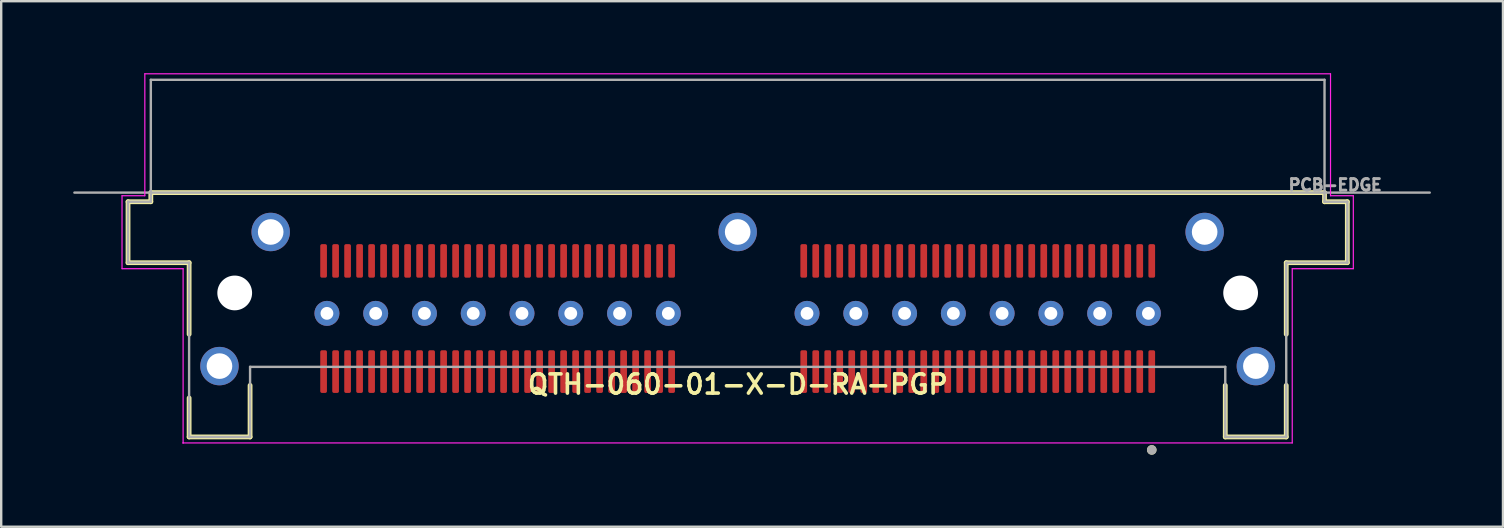
<source format=kicad_pcb>
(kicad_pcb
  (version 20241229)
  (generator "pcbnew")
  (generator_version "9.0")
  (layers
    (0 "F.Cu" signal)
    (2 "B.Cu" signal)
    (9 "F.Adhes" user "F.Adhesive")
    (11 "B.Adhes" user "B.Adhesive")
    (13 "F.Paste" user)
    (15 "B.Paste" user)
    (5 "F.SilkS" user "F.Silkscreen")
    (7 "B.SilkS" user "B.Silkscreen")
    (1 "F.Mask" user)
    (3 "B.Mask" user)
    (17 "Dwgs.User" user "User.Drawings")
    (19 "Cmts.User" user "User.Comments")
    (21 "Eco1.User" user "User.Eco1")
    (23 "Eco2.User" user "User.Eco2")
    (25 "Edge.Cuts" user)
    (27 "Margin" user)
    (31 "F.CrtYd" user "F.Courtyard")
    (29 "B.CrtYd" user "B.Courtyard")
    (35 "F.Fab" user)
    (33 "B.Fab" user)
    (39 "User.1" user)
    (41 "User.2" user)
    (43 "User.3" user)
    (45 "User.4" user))
  (footprint "QTH-060-01-X-D-RA-PGP"
    (layer "F.Cu")
    (at 27.684 9.155)
    (property "Reference" "QTH-060-01-X-D-RA-PGP" (at 0.01 3.81 0) (layer "F.SilkS") (effects (font (size 0.8 0.8) (thickness 0.15))))
    (attr smd)
    (fp_line (start -25.4 -3.8) (end -25.4 -1.26) (stroke (width 0.2) (type solid)) (layer "F.SilkS"))
    (fp_line (start -25.4 -1.26) (end -22.855 -1.26) (stroke (width 0.2) (type solid)) (layer "F.SilkS"))
    (fp_line (start -24.45 -4.18) (end -24.45 -3.8) (stroke (width 0.2) (type solid)) (layer "F.SilkS"))
    (fp_line (start -24.45 -3.8) (end -25.4 -3.8) (stroke (width 0.2) (type solid)) (layer "F.SilkS"))
    (fp_line (start -22.855 -1.26) (end -22.855 1.72) (stroke (width 0.2) (type solid)) (layer "F.SilkS"))
    (fp_line (start -22.855 6) (end -22.855 4.376) (stroke (width 0.2) (type solid)) (layer "F.SilkS"))
    (fp_line (start -22.855 6) (end -20.315 6) (stroke (width 0.2) (type solid)) (layer "F.SilkS"))
    (fp_line (start -20.315 6) (end -20.315 3.851) (stroke (width 0.2) (type solid)) (layer "F.SilkS"))
    (fp_line (start 20.315 6) (end 20.315 3.851) (stroke (width 0.2) (type solid)) (layer "F.SilkS"))
    (fp_line (start 20.315 6) (end 22.855 6) (stroke (width 0.2) (type solid)) (layer "F.SilkS"))
    (fp_line (start 22.855 -1.26) (end 25.4 -1.26) (stroke (width 0.2) (type solid)) (layer "F.SilkS"))
    (fp_line (start 22.855 1.72) (end 22.855 -1.26) (stroke (width 0.2) (type solid)) (layer "F.SilkS"))
    (fp_line (start 22.855 6) (end 22.855 3.851) (stroke (width 0.2) (type solid)) (layer "F.SilkS"))
    (fp_line (start 24.45 -4.18) (end -24.45 -4.18) (stroke (width 0.2) (type solid)) (layer "F.SilkS"))
    (fp_line (start 24.45 -3.8) (end 24.45 -4.18) (stroke (width 0.2) (type solid)) (layer "F.SilkS"))
    (fp_line (start 25.4 -3.8) (end 24.45 -3.8) (stroke (width 0.2) (type solid)) (layer "F.SilkS"))
    (fp_line (start 25.4 -1.26) (end 25.4 -3.8) (stroke (width 0.2) (type solid)) (layer "F.SilkS"))
    (fp_circle (center 17.252 6.54) (end 17.352 6.54) (stroke (width 0.2) (type solid)) (fill no) (layer "F.SilkS"))
    (fp_circle (center -21.59 3.048) (end -21.101 3.048) (stroke (width 0.978) (type solid)) (fill no) (layer "F.Paste"))
    (fp_circle (center -19.456 -2.54) (end -18.968 -2.54) (stroke (width 0.978) (type solid)) (fill no) (layer "F.Paste"))
    (fp_circle (center 0 -2.54) (end 0.489 -2.54) (stroke (width 0.978) (type solid)) (fill no) (layer "F.Paste"))
    (fp_circle (center 19.456 -2.54) (end 19.945 -2.54) (stroke (width 0.978) (type solid)) (fill no) (layer "F.Paste"))
    (fp_circle (center 21.59 3.048) (end 22.079 3.048) (stroke (width 0.978) (type solid)) (fill no) (layer "F.Paste"))
    (fp_poly (pts (xy -17.7 0.2) (xy -16.5 0.2) (xy -16.5 1.5) (xy -17.7 1.5)) (stroke (width 0.254) (type solid)) (fill yes) (layer "F.Paste"))
    (fp_poly (pts (xy -15.7 0.2) (xy -14.5 0.2) (xy -14.5 1.5) (xy -15.7 1.5)) (stroke (width 0.254) (type solid)) (fill yes) (layer "F.Paste"))
    (fp_poly (pts (xy -13.6 0.2) (xy -12.4 0.2) (xy -12.4 1.5) (xy -13.6 1.5)) (stroke (width 0.254) (type solid)) (fill yes) (layer "F.Paste"))
    (fp_poly (pts (xy -11.6 0.2) (xy -10.4 0.2) (xy -10.4 1.5) (xy -11.6 1.5)) (stroke (width 0.254) (type solid)) (fill yes) (layer "F.Paste"))
    (fp_poly (pts (xy -9.6 0.2) (xy -8.4 0.2) (xy -8.4 1.5) (xy -9.6 1.5)) (stroke (width 0.254) (type solid)) (fill yes) (layer "F.Paste"))
    (fp_poly (pts (xy -7.6 0.2) (xy -6.4 0.2) (xy -6.4 1.5) (xy -7.6 1.5)) (stroke (width 0.254) (type solid)) (fill yes) (layer "F.Paste"))
    (fp_poly (pts (xy -5.5 0.2) (xy -4.3 0.2) (xy -4.3 1.5) (xy -5.5 1.5)) (stroke (width 0.254) (type solid)) (fill yes) (layer "F.Paste"))
    (fp_poly (pts (xy -3.5 0.2) (xy -2.3 0.2) (xy -2.3 1.5) (xy -3.5 1.5)) (stroke (width 0.254) (type solid)) (fill yes) (layer "F.Paste"))
    (fp_poly (pts (xy 2.3 0.2) (xy 3.5 0.2) (xy 3.5 1.5) (xy 2.3 1.5)) (stroke (width 0.254) (type solid)) (fill yes) (layer "F.Paste"))
    (fp_poly (pts (xy 4.3 0.2) (xy 5.5 0.2) (xy 5.5 1.5) (xy 4.3 1.5)) (stroke (width 0.254) (type solid)) (fill yes) (layer "F.Paste"))
    (fp_poly (pts (xy 6.4 0.2) (xy 7.6 0.2) (xy 7.6 1.5) (xy 6.4 1.5)) (stroke (width 0.254) (type solid)) (fill yes) (layer "F.Paste"))
    (fp_poly (pts (xy 8.4 0.2) (xy 9.6 0.2) (xy 9.6 1.5) (xy 8.4 1.5)) (stroke (width 0.254) (type solid)) (fill yes) (layer "F.Paste"))
    (fp_poly (pts (xy 10.4 0.2) (xy 11.6 0.2) (xy 11.6 1.5) (xy 10.4 1.5)) (stroke (width 0.254) (type solid)) (fill yes) (layer "F.Paste"))
    (fp_poly (pts (xy 12.5 0.2) (xy 13.7 0.2) (xy 13.7 1.5) (xy 12.5 1.5)) (stroke (width 0.254) (type solid)) (fill yes) (layer "F.Paste"))
    (fp_poly (pts (xy 14.5 0.2) (xy 15.7 0.2) (xy 15.7 1.5) (xy 14.5 1.5)) (stroke (width 0.254) (type solid)) (fill yes) (layer "F.Paste"))
    (fp_poly (pts (xy 16.5 0.2) (xy 17.7 0.2) (xy 17.7 1.5) (xy 16.5 1.5)) (stroke (width 0.254) (type solid)) (fill yes) (layer "F.Paste"))
    (fp_line (start -25.65 -4.05) (end -25.65 -1.01) (stroke (width 0.05) (type solid)) (layer "F.CrtYd"))
    (fp_line (start -25.65 -1.01) (end -23.105 -1.01) (stroke (width 0.05) (type solid)) (layer "F.CrtYd"))
    (fp_line (start -24.7 -9.13) (end -24.7 -4.05) (stroke (width 0.05) (type solid)) (layer "F.CrtYd"))
    (fp_line (start -24.7 -4.05) (end -25.65 -4.05) (stroke (width 0.05) (type solid)) (layer "F.CrtYd"))
    (fp_line (start -23.105 -1.01) (end -23.105 6.25) (stroke (width 0.05) (type solid)) (layer "F.CrtYd"))
    (fp_line (start -23.105 6.25) (end -23.114 6.251) (stroke (width 0.05) (type solid)) (layer "F.CrtYd"))
    (fp_line (start -23.105 6.25) (end 23.105 6.25) (stroke (width 0.05) (type solid)) (layer "F.CrtYd"))
    (fp_line (start 23.105 -1.01) (end 25.65 -1.01) (stroke (width 0.05) (type solid)) (layer "F.CrtYd"))
    (fp_line (start 23.105 6.25) (end 23.105 -1.01) (stroke (width 0.05) (type solid)) (layer "F.CrtYd"))
    (fp_line (start 24.7 -9.13) (end -24.7 -9.13) (stroke (width 0.05) (type solid)) (layer "F.CrtYd"))
    (fp_line (start 24.7 -4.05) (end 24.7 -9.13) (stroke (width 0.05) (type solid)) (layer "F.CrtYd"))
    (fp_line (start 25.65 -4.05) (end 24.7 -4.05) (stroke (width 0.05) (type solid)) (layer "F.CrtYd"))
    (fp_line (start 25.65 -1.01) (end 25.65 -4.05) (stroke (width 0.05) (type solid)) (layer "F.CrtYd"))
    (fp_line (start -27.634 -4.18) (end 28.834 -4.18) (stroke (width 0.1) (type solid)) (layer "F.Fab"))
    (fp_line (start -25.4 -3.8) (end -25.4 -1.26) (stroke (width 0.1) (type solid)) (layer "F.Fab"))
    (fp_line (start -25.4 -1.26) (end -22.855 -1.26) (stroke (width 0.1) (type solid)) (layer "F.Fab"))
    (fp_line (start -24.45 -8.88) (end -24.45 -3.8) (stroke (width 0.1) (type solid)) (layer "F.Fab"))
    (fp_line (start -24.45 -3.8) (end -25.4 -3.8) (stroke (width 0.1) (type solid)) (layer "F.Fab"))
    (fp_line (start -22.855 -1.26) (end -22.855 6) (stroke (width 0.1) (type solid)) (layer "F.Fab"))
    (fp_line (start -22.855 6) (end -20.315 6) (stroke (width 0.1) (type solid)) (layer "F.Fab"))
    (fp_line (start -20.315 3.079) (end 20.315 3.079) (stroke (width 0.1) (type solid)) (layer "F.Fab"))
    (fp_line (start -20.315 6) (end -20.315 3.079) (stroke (width 0.1) (type solid)) (layer "F.Fab"))
    (fp_line (start 20.315 3.079) (end 20.315 6) (stroke (width 0.1) (type solid)) (layer "F.Fab"))
    (fp_line (start 20.315 6) (end 22.855 6) (stroke (width 0.1) (type solid)) (layer "F.Fab"))
    (fp_line (start 22.855 -1.26) (end 25.4 -1.26) (stroke (width 0.1) (type solid)) (layer "F.Fab"))
    (fp_line (start 22.855 6) (end 22.855 -1.26) (stroke (width 0.1) (type solid)) (layer "F.Fab"))
    (fp_line (start 24.45 -8.88) (end -24.45 -8.88) (stroke (width 0.1) (type solid)) (layer "F.Fab"))
    (fp_line (start 24.45 -3.8) (end 24.45 -8.88) (stroke (width 0.1) (type solid)) (layer "F.Fab"))
    (fp_line (start 25.4 -3.8) (end 24.45 -3.8) (stroke (width 0.1) (type solid)) (layer "F.Fab"))
    (fp_line (start 25.4 -1.26) (end 25.4 -3.8) (stroke (width 0.1) (type solid)) (layer "F.Fab"))
    (fp_circle (center 17.252 6.54) (end 17.352 6.54) (stroke (width 0.2) (type solid)) (fill no) (layer "F.Fab"))
    (fp_text user "PCB-EDGE" (at 24.895 -4.5 0) (layer "F.Fab") (effects (font (size 0.48 0.48) (thickness 0.15))))
    (pad "" np_thru_hole circle (at -20.955 0) (size 1.448 1.448) (drill 1.448) (layers "*.Cu" "*.Mask"))
    (pad "" np_thru_hole circle (at 20.955 0) (size 1.448 1.448) (drill 1.448) (layers "*.Cu" "*.Mask"))
    (pad "01" smd roundrect (at 17.252 3.277) (size 0.279 1.778) (layers "F.Cu" "F.Mask" "F.Paste") (roundrect_rratio 0.25))
    (pad "02" smd roundrect (at 17.252 -1.334) (size 0.279 1.397) (layers "F.Cu" "F.Mask" "F.Paste") (roundrect_rratio 0.25))
    (pad "03" smd roundrect (at 16.752 3.277) (size 0.279 1.778) (layers "F.Cu" "F.Mask" "F.Paste") (roundrect_rratio 0.25))
    (pad "04" smd roundrect (at 16.752 -1.334) (size 0.279 1.397) (layers "F.Cu" "F.Mask" "F.Paste") (roundrect_rratio 0.25))
    (pad "05" smd roundrect (at 16.252 3.277) (size 0.279 1.778) (layers "F.Cu" "F.Mask" "F.Paste") (roundrect_rratio 0.25))
    (pad "06" smd roundrect (at 16.252 -1.334) (size 0.279 1.397) (layers "F.Cu" "F.Mask" "F.Paste") (roundrect_rratio 0.25))
    (pad "07" smd roundrect (at 15.752 3.277) (size 0.279 1.778) (layers "F.Cu" "F.Mask" "F.Paste") (roundrect_rratio 0.25))
    (pad "08" smd roundrect (at 15.752 -1.334) (size 0.279 1.397) (layers "F.Cu" "F.Mask" "F.Paste") (roundrect_rratio 0.25))
    (pad "09" smd roundrect (at 15.252 3.277) (size 0.279 1.778) (layers "F.Cu" "F.Mask" "F.Paste") (roundrect_rratio 0.25))
    (pad "10" smd roundrect (at 15.252 -1.334) (size 0.279 1.397) (layers "F.Cu" "F.Mask" "F.Paste") (roundrect_rratio 0.25))
    (pad "11" smd roundrect (at 14.752 3.277) (size 0.279 1.778) (layers "F.Cu" "F.Mask" "F.Paste") (roundrect_rratio 0.25))
    (pad "12" smd roundrect (at 14.752 -1.334) (size 0.279 1.397) (layers "F.Cu" "F.Mask" "F.Paste") (roundrect_rratio 0.25))
    (pad "13" smd roundrect (at 14.252 3.277) (size 0.279 1.778) (layers "F.Cu" "F.Mask" "F.Paste") (roundrect_rratio 0.25))
    (pad "14" smd roundrect (at 14.252 -1.334) (size 0.279 1.397) (layers "F.Cu" "F.Mask" "F.Paste") (roundrect_rratio 0.25))
    (pad "15" smd roundrect (at 13.752 3.277) (size 0.279 1.778) (layers "F.Cu" "F.Mask" "F.Paste") (roundrect_rratio 0.25))
    (pad "16" smd roundrect (at 13.752 -1.334) (size 0.279 1.397) (layers "F.Cu" "F.Mask" "F.Paste") (roundrect_rratio 0.25))
    (pad "17" smd roundrect (at 13.252 3.277) (size 0.279 1.778) (layers "F.Cu" "F.Mask" "F.Paste") (roundrect_rratio 0.25))
    (pad "18" smd roundrect (at 13.252 -1.334) (size 0.279 1.397) (layers "F.Cu" "F.Mask" "F.Paste") (roundrect_rratio 0.25))
    (pad "19" smd roundrect (at 12.752 3.277) (size 0.279 1.778) (layers "F.Cu" "F.Mask" "F.Paste") (roundrect_rratio 0.25))
    (pad "20" smd roundrect (at 12.752 -1.334) (size 0.279 1.397) (layers "F.Cu" "F.Mask" "F.Paste") (roundrect_rratio 0.25))
    (pad "21" smd roundrect (at 12.252 3.277) (size 0.279 1.778) (layers "F.Cu" "F.Mask" "F.Paste") (roundrect_rratio 0.25))
    (pad "22" smd roundrect (at 12.252 -1.334) (size 0.279 1.397) (layers "F.Cu" "F.Mask" "F.Paste") (roundrect_rratio 0.25))
    (pad "23" smd roundrect (at 11.752 3.277) (size 0.279 1.778) (layers "F.Cu" "F.Mask" "F.Paste") (roundrect_rratio 0.25))
    (pad "24" smd roundrect (at 11.752 -1.334) (size 0.279 1.397) (layers "F.Cu" "F.Mask" "F.Paste") (roundrect_rratio 0.25))
    (pad "25" smd roundrect (at 11.252 3.277) (size 0.279 1.778) (layers "F.Cu" "F.Mask" "F.Paste") (roundrect_rratio 0.25))
    (pad "26" smd roundrect (at 11.252 -1.334) (size 0.279 1.397) (layers "F.Cu" "F.Mask" "F.Paste") (roundrect_rratio 0.25))
    (pad "27" smd roundrect (at 10.752 3.277) (size 0.279 1.778) (layers "F.Cu" "F.Mask" "F.Paste") (roundrect_rratio 0.25))
    (pad "28" smd roundrect (at 10.752 -1.334) (size 0.279 1.397) (layers "F.Cu" "F.Mask" "F.Paste") (roundrect_rratio 0.25))
    (pad "29" smd roundrect (at 10.252 3.277) (size 0.279 1.778) (layers "F.Cu" "F.Mask" "F.Paste") (roundrect_rratio 0.25))
    (pad "30" smd roundrect (at 10.252 -1.334) (size 0.279 1.397) (layers "F.Cu" "F.Mask" "F.Paste") (roundrect_rratio 0.25))
    (pad "31" smd roundrect (at 9.752 3.277) (size 0.279 1.778) (layers "F.Cu" "F.Mask" "F.Paste") (roundrect_rratio 0.25))
    (pad "32" smd roundrect (at 9.752 -1.334) (size 0.279 1.397) (layers "F.Cu" "F.Mask" "F.Paste") (roundrect_rratio 0.25))
    (pad "33" smd roundrect (at 9.252 3.277) (size 0.279 1.778) (layers "F.Cu" "F.Mask" "F.Paste") (roundrect_rratio 0.25))
    (pad "34" smd roundrect (at 9.252 -1.334) (size 0.279 1.397) (layers "F.Cu" "F.Mask" "F.Paste") (roundrect_rratio 0.25))
    (pad "35" smd roundrect (at 8.752 3.277) (size 0.279 1.778) (layers "F.Cu" "F.Mask" "F.Paste") (roundrect_rratio 0.25))
    (pad "36" smd roundrect (at 8.752 -1.334) (size 0.279 1.397) (layers "F.Cu" "F.Mask" "F.Paste") (roundrect_rratio 0.25))
    (pad "37" smd roundrect (at 8.252 3.277) (size 0.279 1.778) (layers "F.Cu" "F.Mask" "F.Paste") (roundrect_rratio 0.25))
    (pad "38" smd roundrect (at 8.252 -1.334) (size 0.279 1.397) (layers "F.Cu" "F.Mask" "F.Paste") (roundrect_rratio 0.25))
    (pad "39" smd roundrect (at 7.752 3.277) (size 0.279 1.778) (layers "F.Cu" "F.Mask" "F.Paste") (roundrect_rratio 0.25))
    (pad "40" smd roundrect (at 7.752 -1.334) (size 0.279 1.397) (layers "F.Cu" "F.Mask" "F.Paste") (roundrect_rratio 0.25))
    (pad "41" smd roundrect (at 7.252 3.277) (size 0.279 1.778) (layers "F.Cu" "F.Mask" "F.Paste") (roundrect_rratio 0.25))
    (pad "42" smd roundrect (at 7.252 -1.334) (size 0.279 1.397) (layers "F.Cu" "F.Mask" "F.Paste") (roundrect_rratio 0.25))
    (pad "43" smd roundrect (at 6.752 3.277) (size 0.279 1.778) (layers "F.Cu" "F.Mask" "F.Paste") (roundrect_rratio 0.25))
    (pad "44" smd roundrect (at 6.752 -1.334) (size 0.279 1.397) (layers "F.Cu" "F.Mask" "F.Paste") (roundrect_rratio 0.25))
    (pad "45" smd roundrect (at 6.252 3.277) (size 0.279 1.778) (layers "F.Cu" "F.Mask" "F.Paste") (roundrect_rratio 0.25))
    (pad "46" smd roundrect (at 6.252 -1.334) (size 0.279 1.397) (layers "F.Cu" "F.Mask" "F.Paste") (roundrect_rratio 0.25))
    (pad "47" smd roundrect (at 5.752 3.277) (size 0.279 1.778) (layers "F.Cu" "F.Mask" "F.Paste") (roundrect_rratio 0.25))
    (pad "48" smd roundrect (at 5.752 -1.334) (size 0.279 1.397) (layers "F.Cu" "F.Mask" "F.Paste") (roundrect_rratio 0.25))
    (pad "49" smd roundrect (at 5.252 3.277) (size 0.279 1.778) (layers "F.Cu" "F.Mask" "F.Paste") (roundrect_rratio 0.25))
    (pad "50" smd roundrect (at 5.252 -1.334) (size 0.279 1.397) (layers "F.Cu" "F.Mask" "F.Paste") (roundrect_rratio 0.25))
    (pad "51" smd roundrect (at 4.752 3.277) (size 0.279 1.778) (layers "F.Cu" "F.Mask" "F.Paste") (roundrect_rratio 0.25))
    (pad "52" smd roundrect (at 4.752 -1.334) (size 0.279 1.397) (layers "F.Cu" "F.Mask" "F.Paste") (roundrect_rratio 0.25))
    (pad "53" smd roundrect (at 4.252 3.277) (size 0.279 1.778) (layers "F.Cu" "F.Mask" "F.Paste") (roundrect_rratio 0.25))
    (pad "54" smd roundrect (at 4.252 -1.334) (size 0.279 1.397) (layers "F.Cu" "F.Mask" "F.Paste") (roundrect_rratio 0.25))
    (pad "55" smd roundrect (at 3.752 3.277) (size 0.279 1.778) (layers "F.Cu" "F.Mask" "F.Paste") (roundrect_rratio 0.25))
    (pad "56" smd roundrect (at 3.752 -1.334) (size 0.279 1.397) (layers "F.Cu" "F.Mask" "F.Paste") (roundrect_rratio 0.25))
    (pad "57" smd roundrect (at 3.252 3.277) (size 0.279 1.778) (layers "F.Cu" "F.Mask" "F.Paste") (roundrect_rratio 0.25))
    (pad "58" smd roundrect (at 3.252 -1.334) (size 0.279 1.397) (layers "F.Cu" "F.Mask" "F.Paste") (roundrect_rratio 0.25))
    (pad "59" smd roundrect (at 2.752 3.277) (size 0.279 1.778) (layers "F.Cu" "F.Mask" "F.Paste") (roundrect_rratio 0.25))
    (pad "60" smd roundrect (at 2.752 -1.334) (size 0.279 1.397) (layers "F.Cu" "F.Mask" "F.Paste") (roundrect_rratio 0.25))
    (pad "61" smd roundrect (at -2.752 3.277) (size 0.279 1.778) (layers "F.Cu" "F.Mask" "F.Paste") (roundrect_rratio 0.25))
    (pad "62" smd roundrect (at -2.752 -1.334) (size 0.279 1.397) (layers "F.Cu" "F.Mask" "F.Paste") (roundrect_rratio 0.25))
    (pad "63" smd roundrect (at -3.252 3.277) (size 0.279 1.778) (layers "F.Cu" "F.Mask" "F.Paste") (roundrect_rratio 0.25))
    (pad "64" smd roundrect (at -3.252 -1.334) (size 0.279 1.397) (layers "F.Cu" "F.Mask" "F.Paste") (roundrect_rratio 0.25))
    (pad "65" smd roundrect (at -3.752 3.277) (size 0.279 1.778) (layers "F.Cu" "F.Mask" "F.Paste") (roundrect_rratio 0.25))
    (pad "66" smd roundrect (at -3.752 -1.334) (size 0.279 1.397) (layers "F.Cu" "F.Mask" "F.Paste") (roundrect_rratio 0.25))
    (pad "67" smd roundrect (at -4.252 3.277) (size 0.279 1.778) (layers "F.Cu" "F.Mask" "F.Paste") (roundrect_rratio 0.25))
    (pad "68" smd roundrect (at -4.252 -1.334) (size 0.279 1.397) (layers "F.Cu" "F.Mask" "F.Paste") (roundrect_rratio 0.25))
    (pad "69" smd roundrect (at -4.752 3.277) (size 0.279 1.778) (layers "F.Cu" "F.Mask" "F.Paste") (roundrect_rratio 0.25))
    (pad "70" smd roundrect (at -4.752 -1.334) (size 0.279 1.397) (layers "F.Cu" "F.Mask" "F.Paste") (roundrect_rratio 0.25))
    (pad "71" smd roundrect (at -5.252 3.277) (size 0.279 1.778) (layers "F.Cu" "F.Mask" "F.Paste") (roundrect_rratio 0.25))
    (pad "72" smd roundrect (at -5.252 -1.334) (size 0.279 1.397) (layers "F.Cu" "F.Mask" "F.Paste") (roundrect_rratio 0.25))
    (pad "73" smd roundrect (at -5.752 3.277) (size 0.279 1.778) (layers "F.Cu" "F.Mask" "F.Paste") (roundrect_rratio 0.25))
    (pad "74" smd roundrect (at -5.752 -1.334) (size 0.279 1.397) (layers "F.Cu" "F.Mask" "F.Paste") (roundrect_rratio 0.25))
    (pad "75" smd roundrect (at -6.252 3.277) (size 0.279 1.778) (layers "F.Cu" "F.Mask" "F.Paste") (roundrect_rratio 0.25))
    (pad "76" smd roundrect (at -6.252 -1.334) (size 0.279 1.397) (layers "F.Cu" "F.Mask" "F.Paste") (roundrect_rratio 0.25))
    (pad "77" smd roundrect (at -6.752 3.277) (size 0.279 1.778) (layers "F.Cu" "F.Mask" "F.Paste") (roundrect_rratio 0.25))
    (pad "78" smd roundrect (at -6.752 -1.334) (size 0.279 1.397) (layers "F.Cu" "F.Mask" "F.Paste") (roundrect_rratio 0.25))
    (pad "79" smd roundrect (at -7.252 3.277) (size 0.279 1.778) (layers "F.Cu" "F.Mask" "F.Paste") (roundrect_rratio 0.25))
    (pad "80" smd roundrect (at -7.252 -1.334) (size 0.279 1.397) (layers "F.Cu" "F.Mask" "F.Paste") (roundrect_rratio 0.25))
    (pad "81" smd roundrect (at -7.752 3.277) (size 0.279 1.778) (layers "F.Cu" "F.Mask" "F.Paste") (roundrect_rratio 0.25))
    (pad "82" smd roundrect (at -7.752 -1.334) (size 0.279 1.397) (layers "F.Cu" "F.Mask" "F.Paste") (roundrect_rratio 0.25))
    (pad "83" smd roundrect (at -8.252 3.277) (size 0.279 1.778) (layers "F.Cu" "F.Mask" "F.Paste") (roundrect_rratio 0.25))
    (pad "84" smd roundrect (at -8.252 -1.334) (size 0.279 1.397) (layers "F.Cu" "F.Mask" "F.Paste") (roundrect_rratio 0.25))
    (pad "85" smd roundrect (at -8.752 3.277) (size 0.279 1.778) (layers "F.Cu" "F.Mask" "F.Paste") (roundrect_rratio 0.25))
    (pad "86" smd roundrect (at -8.752 -1.334) (size 0.279 1.397) (layers "F.Cu" "F.Mask" "F.Paste") (roundrect_rratio 0.25))
    (pad "87" smd roundrect (at -9.252 3.277) (size 0.279 1.778) (layers "F.Cu" "F.Mask" "F.Paste") (roundrect_rratio 0.25))
    (pad "88" smd roundrect (at -9.252 -1.334) (size 0.279 1.397) (layers "F.Cu" "F.Mask" "F.Paste") (roundrect_rratio 0.25))
    (pad "89" smd roundrect (at -9.752 3.277) (size 0.279 1.778) (layers "F.Cu" "F.Mask" "F.Paste") (roundrect_rratio 0.25))
    (pad "90" smd roundrect (at -9.752 -1.334) (size 0.279 1.397) (layers "F.Cu" "F.Mask" "F.Paste") (roundrect_rratio 0.25))
    (pad "91" smd roundrect (at -10.252 3.277) (size 0.279 1.778) (layers "F.Cu" "F.Mask" "F.Paste") (roundrect_rratio 0.25))
    (pad "92" smd roundrect (at -10.252 -1.334) (size 0.279 1.397) (layers "F.Cu" "F.Mask" "F.Paste") (roundrect_rratio 0.25))
    (pad "93" smd roundrect (at -10.752 3.277) (size 0.279 1.778) (layers "F.Cu" "F.Mask" "F.Paste") (roundrect_rratio 0.25))
    (pad "94" smd roundrect (at -10.752 -1.334) (size 0.279 1.397) (layers "F.Cu" "F.Mask" "F.Paste") (roundrect_rratio 0.25))
    (pad "95" smd roundrect (at -11.252 3.277) (size 0.279 1.778) (layers "F.Cu" "F.Mask" "F.Paste") (roundrect_rratio 0.25))
    (pad "96" smd roundrect (at -11.252 -1.334) (size 0.279 1.397) (layers "F.Cu" "F.Mask" "F.Paste") (roundrect_rratio 0.25))
    (pad "97" smd roundrect (at -11.752 3.277) (size 0.279 1.778) (layers "F.Cu" "F.Mask" "F.Paste") (roundrect_rratio 0.25))
    (pad "98" smd roundrect (at -11.752 -1.334) (size 0.279 1.397) (layers "F.Cu" "F.Mask" "F.Paste") (roundrect_rratio 0.25))
    (pad "99" smd roundrect (at -12.252 3.277) (size 0.279 1.778) (layers "F.Cu" "F.Mask" "F.Paste") (roundrect_rratio 0.25))
    (pad "100" smd roundrect (at -12.252 -1.334) (size 0.279 1.397) (layers "F.Cu" "F.Mask" "F.Paste") (roundrect_rratio 0.25))
    (pad "101" smd roundrect (at -12.752 3.277) (size 0.279 1.778) (layers "F.Cu" "F.Mask" "F.Paste") (roundrect_rratio 0.25))
    (pad "102" smd roundrect (at -12.752 -1.334) (size 0.279 1.397) (layers "F.Cu" "F.Mask" "F.Paste") (roundrect_rratio 0.25))
    (pad "103" smd roundrect (at -13.252 3.277) (size 0.279 1.778) (layers "F.Cu" "F.Mask" "F.Paste") (roundrect_rratio 0.25))
    (pad "104" smd roundrect (at -13.252 -1.334) (size 0.279 1.397) (layers "F.Cu" "F.Mask" "F.Paste") (roundrect_rratio 0.25))
    (pad "105" smd roundrect (at -13.752 3.277) (size 0.279 1.778) (layers "F.Cu" "F.Mask" "F.Paste") (roundrect_rratio 0.25))
    (pad "106" smd roundrect (at -13.752 -1.334) (size 0.279 1.397) (layers "F.Cu" "F.Mask" "F.Paste") (roundrect_rratio 0.25))
    (pad "107" smd roundrect (at -14.252 3.277) (size 0.279 1.778) (layers "F.Cu" "F.Mask" "F.Paste") (roundrect_rratio 0.25))
    (pad "108" smd roundrect (at -14.252 -1.334) (size 0.279 1.397) (layers "F.Cu" "F.Mask" "F.Paste") (roundrect_rratio 0.25))
    (pad "109" smd roundrect (at -14.752 3.277) (size 0.279 1.778) (layers "F.Cu" "F.Mask" "F.Paste") (roundrect_rratio 0.25))
    (pad "110" smd roundrect (at -14.752 -1.334) (size 0.279 1.397) (layers "F.Cu" "F.Mask" "F.Paste") (roundrect_rratio 0.25))
    (pad "111" smd roundrect (at -15.252 3.277) (size 0.279 1.778) (layers "F.Cu" "F.Mask" "F.Paste") (roundrect_rratio 0.25))
    (pad "112" smd roundrect (at -15.252 -1.334) (size 0.279 1.397) (layers "F.Cu" "F.Mask" "F.Paste") (roundrect_rratio 0.25))
    (pad "113" smd roundrect (at -15.752 3.277) (size 0.279 1.778) (layers "F.Cu" "F.Mask" "F.Paste") (roundrect_rratio 0.25))
    (pad "114" smd roundrect (at -15.752 -1.334) (size 0.279 1.397) (layers "F.Cu" "F.Mask" "F.Paste") (roundrect_rratio 0.25))
    (pad "115" smd roundrect (at -16.252 3.277) (size 0.279 1.778) (layers "F.Cu" "F.Mask" "F.Paste") (roundrect_rratio 0.25))
    (pad "116" smd roundrect (at -16.252 -1.334) (size 0.279 1.397) (layers "F.Cu" "F.Mask" "F.Paste") (roundrect_rratio 0.25))
    (pad "117" smd roundrect (at -16.752 3.277) (size 0.279 1.778) (layers "F.Cu" "F.Mask" "F.Paste") (roundrect_rratio 0.25))
    (pad "118" smd roundrect (at -16.752 -1.334) (size 0.279 1.397) (layers "F.Cu" "F.Mask" "F.Paste") (roundrect_rratio 0.25))
    (pad "119" smd roundrect (at -17.252 3.277) (size 0.279 1.778) (layers "F.Cu" "F.Mask" "F.Paste") (roundrect_rratio 0.25))
    (pad "120" smd roundrect (at -17.252 -1.334) (size 0.279 1.397) (layers "F.Cu" "F.Mask" "F.Paste") (roundrect_rratio 0.25))
    (pad "GND" thru_hole circle (at -21.59 3.048) (size 1.601 1.601) (drill 1.067) (layers "*.Cu" "*.Mask"))
    (pad "GND" thru_hole circle (at -19.456 -2.54) (size 1.601 1.601) (drill 1.067) (layers "*.Cu" "*.Mask"))
    (pad "GND" thru_hole circle (at -17.113 0.851) (size 1.041 1.041) (drill 0.533) (layers "*.Cu" "*.Mask"))
    (pad "GND" thru_hole circle (at -15.082 0.851) (size 1.041 1.041) (drill 0.533) (layers "*.Cu" "*.Mask"))
    (pad "GND" thru_hole circle (at -13.05 0.851) (size 1.041 1.041) (drill 0.533) (layers "*.Cu" "*.Mask"))
    (pad "GND" thru_hole circle (at -11.018 0.851) (size 1.041 1.041) (drill 0.533) (layers "*.Cu" "*.Mask"))
    (pad "GND" thru_hole circle (at -8.986 0.851) (size 1.041 1.041) (drill 0.533) (layers "*.Cu" "*.Mask"))
    (pad "GND" thru_hole circle (at -6.954 0.851) (size 1.041 1.041) (drill 0.533) (layers "*.Cu" "*.Mask"))
    (pad "GND" thru_hole circle (at -4.921 0.851) (size 1.041 1.041) (drill 0.533) (layers "*.Cu" "*.Mask"))
    (pad "GND" thru_hole circle (at -2.889 0.851) (size 1.041 1.041) (drill 0.533) (layers "*.Cu" "*.Mask"))
    (pad "GND" thru_hole circle (at 0 -2.54) (size 1.601 1.601) (drill 1.067) (layers "*.Cu" "*.Mask"))
    (pad "GND" thru_hole circle (at 2.889 0.851) (size 1.041 1.041) (drill 0.533) (layers "*.Cu" "*.Mask"))
    (pad "GND" thru_hole circle (at 4.921 0.851) (size 1.041 1.041) (drill 0.533) (layers "*.Cu" "*.Mask"))
    (pad "GND" thru_hole circle (at 6.954 0.851) (size 1.041 1.041) (drill 0.533) (layers "*.Cu" "*.Mask"))
    (pad "GND" thru_hole circle (at 8.986 0.851) (size 1.041 1.041) (drill 0.533) (layers "*.Cu" "*.Mask"))
    (pad "GND" thru_hole circle (at 11.018 0.851) (size 1.041 1.041) (drill 0.533) (layers "*.Cu" "*.Mask"))
    (pad "GND" thru_hole circle (at 13.05 0.851) (size 1.041 1.041) (drill 0.533) (layers "*.Cu" "*.Mask"))
    (pad "GND" thru_hole circle (at 15.082 0.851) (size 1.041 1.041) (drill 0.533) (layers "*.Cu" "*.Mask"))
    (pad "GND" thru_hole circle (at 17.113 0.851) (size 1.041 1.041) (drill 0.533) (layers "*.Cu" "*.Mask"))
    (pad "GND" thru_hole circle (at 19.456 -2.54) (size 1.601 1.601) (drill 1.067) (layers "*.Cu" "*.Mask"))
    (pad "GND" thru_hole circle (at 21.59 3.048) (size 1.601 1.601) (drill 1.067) (layers "*.Cu" "*.Mask")))
  (gr_rect
    (start -3 -3)
    (end 59.569 18.895)
    (stroke (width 0.1) (type default))
    (fill no)
    (layer "Edge.Cuts")))
</source>
